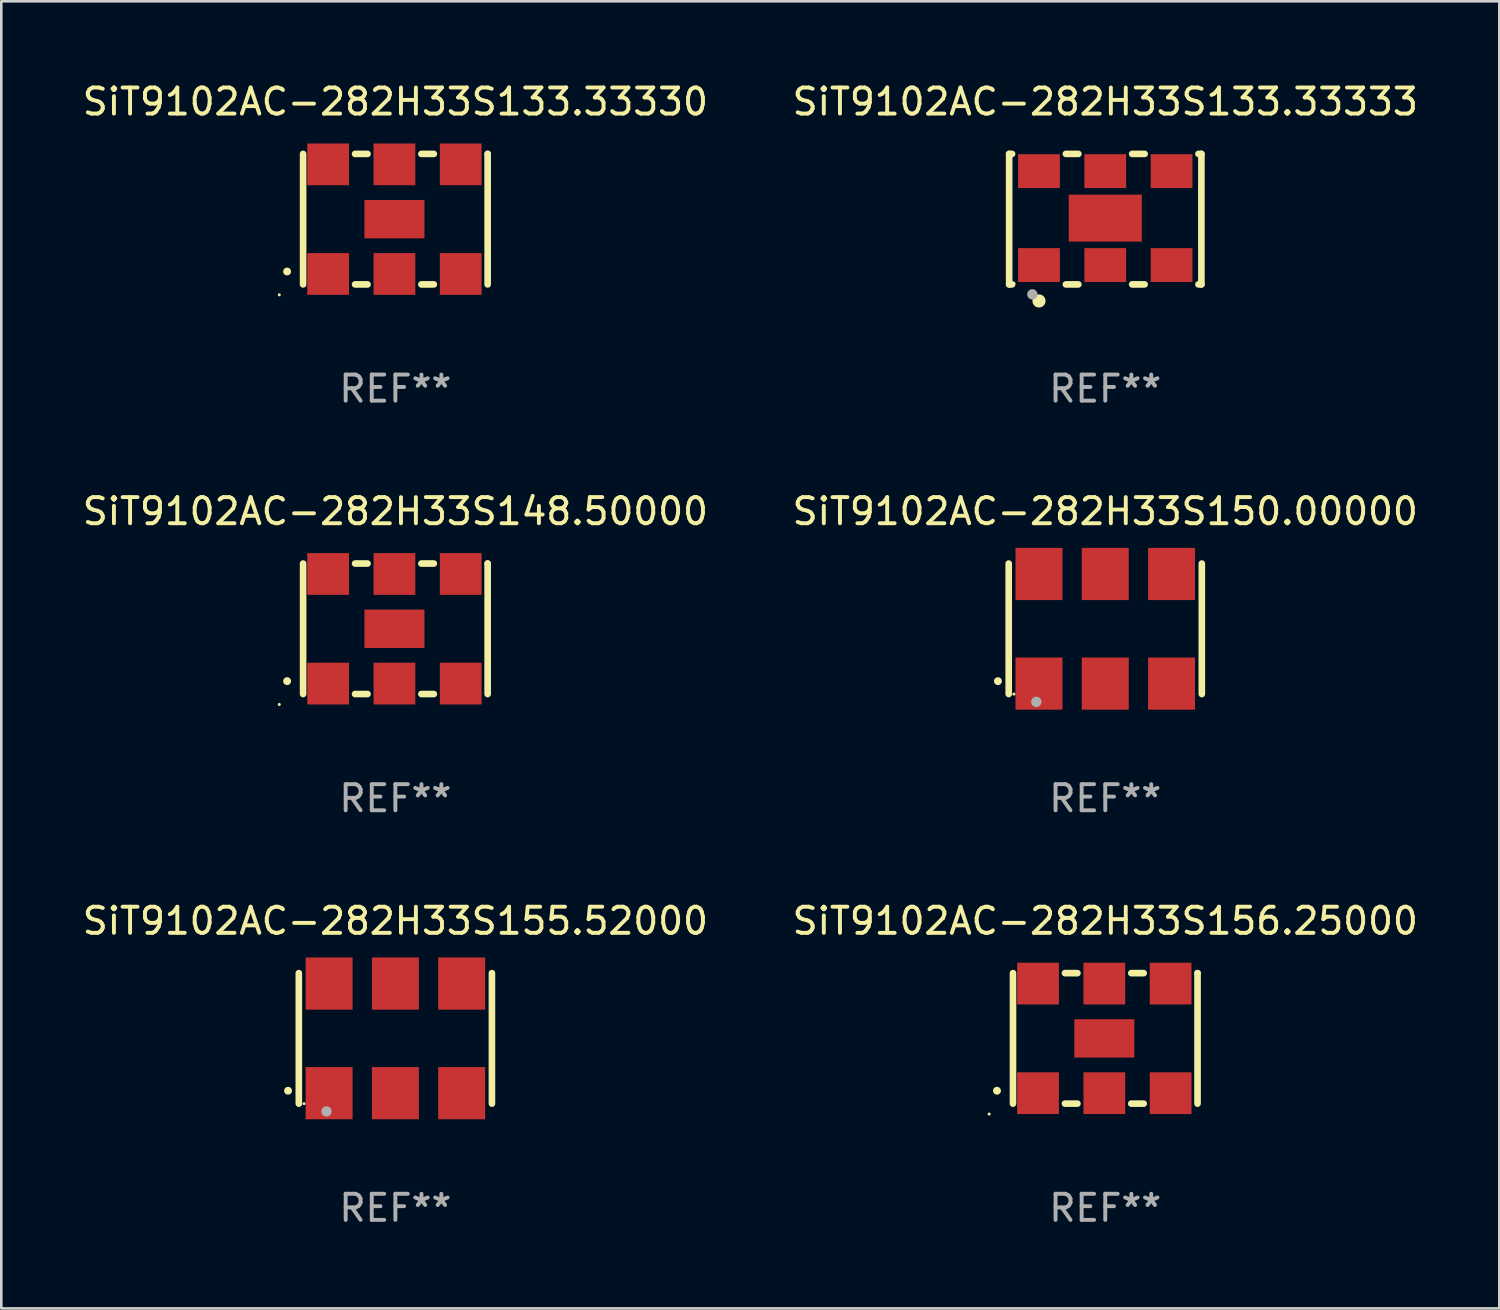
<source format=kicad_pcb>
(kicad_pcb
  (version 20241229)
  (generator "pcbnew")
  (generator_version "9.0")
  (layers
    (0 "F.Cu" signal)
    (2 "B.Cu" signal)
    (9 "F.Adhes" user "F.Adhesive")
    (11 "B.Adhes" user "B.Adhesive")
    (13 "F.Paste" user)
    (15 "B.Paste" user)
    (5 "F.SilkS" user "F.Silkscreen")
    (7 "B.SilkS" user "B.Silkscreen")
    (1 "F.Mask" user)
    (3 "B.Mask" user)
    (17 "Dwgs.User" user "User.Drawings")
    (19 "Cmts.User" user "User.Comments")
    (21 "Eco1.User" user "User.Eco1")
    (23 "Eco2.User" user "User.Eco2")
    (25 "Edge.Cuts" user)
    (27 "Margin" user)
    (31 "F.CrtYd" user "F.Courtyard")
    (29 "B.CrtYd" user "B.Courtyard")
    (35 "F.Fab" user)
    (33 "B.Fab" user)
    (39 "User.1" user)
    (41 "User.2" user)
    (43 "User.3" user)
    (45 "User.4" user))
  (footprint "SiT9102AC-282H33S156.25000"
    (layer "F.Cu")
    (at 39.304 36.741)
    (property "Reference" "SiT9102AC-282H33S156.25000" (at 0 -4.5 0) (layer "F.SilkS") (effects (font (size 1 1) (thickness 0.15))))
    (attr through_hole)
    (fp_line (start -3.536 -2.5) (end -3.536 2.5) (stroke (width 0.254) (type solid)) (layer "F.SilkS"))
    (fp_line (start -1.544 2.5) (end -1.067 2.5) (stroke (width 0.254) (type solid)) (layer "F.SilkS"))
    (fp_line (start -1.067 -2.5) (end -1.544 -2.5) (stroke (width 0.254) (type solid)) (layer "F.SilkS"))
    (fp_line (start 0.996 2.5) (end 1.473 2.5) (stroke (width 0.254) (type solid)) (layer "F.SilkS"))
    (fp_line (start 1.473 -2.5) (end 0.996 -2.5) (stroke (width 0.254) (type solid)) (layer "F.SilkS"))
    (fp_line (start 3.536 -2.5) (end 3.536 -2.5) (stroke (width 0.254) (type solid)) (layer "F.SilkS"))
    (fp_line (start 3.536 2.5) (end 3.536 -2.5) (stroke (width 0.254) (type solid)) (layer "F.SilkS"))
    (fp_arc (start -4.150432 2.006604) (mid -4.149162 2.006599) (end -4.147892 2.006604) (stroke (width 0.3) (type solid)) (layer "F.SilkS"))
    (fp_circle (center -4.449 2.9) (end -4.419 2.9) (stroke (width 0.06) (type solid)) (fill no) (layer "F.SilkS"))
    (fp_text user "REF**" (at 0 6.5 0) (layer "F.Fab") (effects (font (size 1 1) (thickness 0.15))))
    (pad "1" smd rect (at -2.576 2.1) (size 1.6 1.6) (layers "F.Cu" "F.Mask" "F.Paste"))
    (pad "2" smd rect (at -0.036 2.1) (size 1.6 1.6) (layers "F.Cu" "F.Mask" "F.Paste"))
    (pad "3" smd rect (at 2.504 2.1) (size 1.6 1.6) (layers "F.Cu" "F.Mask" "F.Paste"))
    (pad "4" smd rect (at 2.504 -2.1) (size 1.6 1.6) (layers "F.Cu" "F.Mask" "F.Paste"))
    (pad "5" smd rect (at -0.036 -2.1) (size 1.6 1.6) (layers "F.Cu" "F.Mask" "F.Paste"))
    (pad "6" smd rect (at -2.576 -2.1) (size 1.6 1.6) (layers "F.Cu" "F.Mask" "F.Paste"))
    (pad "7" smd rect (at -0.036 0) (size 2.3 1.47) (layers "F.Cu" "F.Mask" "F.Paste")))
  (footprint "SiT9102AC-282H33S133.33330"
    (layer "F.Cu")
    (at 12.101 5.348)
    (property "Reference" "SiT9102AC-282H33S133.33330" (at 0 -4.5 0) (layer "F.SilkS") (effects (font (size 1 1) (thickness 0.15))))
    (attr through_hole)
    (fp_line (start -3.536 -2.5) (end -3.536 2.5) (stroke (width 0.254) (type solid)) (layer "F.SilkS"))
    (fp_line (start -1.544 2.5) (end -1.067 2.5) (stroke (width 0.254) (type solid)) (layer "F.SilkS"))
    (fp_line (start -1.067 -2.5) (end -1.544 -2.5) (stroke (width 0.254) (type solid)) (layer "F.SilkS"))
    (fp_line (start 0.996 2.5) (end 1.473 2.5) (stroke (width 0.254) (type solid)) (layer "F.SilkS"))
    (fp_line (start 1.473 -2.5) (end 0.996 -2.5) (stroke (width 0.254) (type solid)) (layer "F.SilkS"))
    (fp_line (start 3.536 -2.5) (end 3.536 -2.5) (stroke (width 0.254) (type solid)) (layer "F.SilkS"))
    (fp_line (start 3.536 2.5) (end 3.536 -2.5) (stroke (width 0.254) (type solid)) (layer "F.SilkS"))
    (fp_arc (start -4.150432 2.006604) (mid -4.149162 2.006599) (end -4.147892 2.006604) (stroke (width 0.3) (type solid)) (layer "F.SilkS"))
    (fp_circle (center -4.449 2.9) (end -4.419 2.9) (stroke (width 0.06) (type solid)) (fill no) (layer "F.SilkS"))
    (fp_text user "REF**" (at 0 6.5 0) (layer "F.Fab") (effects (font (size 1 1) (thickness 0.15))))
    (pad "1" smd rect (at -2.576 2.1) (size 1.6 1.6) (layers "F.Cu" "F.Mask" "F.Paste"))
    (pad "2" smd rect (at -0.036 2.1) (size 1.6 1.6) (layers "F.Cu" "F.Mask" "F.Paste"))
    (pad "3" smd rect (at 2.504 2.1) (size 1.6 1.6) (layers "F.Cu" "F.Mask" "F.Paste"))
    (pad "4" smd rect (at 2.504 -2.1) (size 1.6 1.6) (layers "F.Cu" "F.Mask" "F.Paste"))
    (pad "5" smd rect (at -0.036 -2.1) (size 1.6 1.6) (layers "F.Cu" "F.Mask" "F.Paste"))
    (pad "6" smd rect (at -2.576 -2.1) (size 1.6 1.6) (layers "F.Cu" "F.Mask" "F.Paste"))
    (pad "7" smd rect (at -0.036 0) (size 2.3 1.47) (layers "F.Cu" "F.Mask" "F.Paste")))
  (footprint "SiT9102AC-282H33S133.33333"
    (layer "F.Cu")
    (at 39.304 5.348)
    (property "Reference" "SiT9102AC-282H33S133.33333" (at 0 -4.5 0) (layer "F.SilkS") (effects (font (size 1 1) (thickness 0.15))))
    (attr through_hole)
    (fp_line (start -3.683 -2.5) (end -3.571 -2.5) (stroke (width 0.254) (type solid)) (layer "F.SilkS"))
    (fp_line (start -3.683 2.5) (end -3.683 -2.5) (stroke (width 0.254) (type solid)) (layer "F.SilkS"))
    (fp_line (start -3.683 2.5) (end -3.571 2.5) (stroke (width 0.254) (type solid)) (layer "F.SilkS"))
    (fp_line (start -1.509 -2.5) (end -1.031 -2.5) (stroke (width 0.254) (type solid)) (layer "F.SilkS"))
    (fp_line (start -1.509 2.5) (end -1.031 2.5) (stroke (width 0.254) (type solid)) (layer "F.SilkS"))
    (fp_line (start 1.031 -2.5) (end 1.509 -2.5) (stroke (width 0.254) (type solid)) (layer "F.SilkS"))
    (fp_line (start 1.031 2.5) (end 1.509 2.5) (stroke (width 0.254) (type solid)) (layer "F.SilkS"))
    (fp_line (start 3.571 -2.5) (end 3.683 -2.5) (stroke (width 0.254) (type solid)) (layer "F.SilkS"))
    (fp_line (start 3.571 2.5) (end 3.683 2.5) (stroke (width 0.254) (type solid)) (layer "F.SilkS"))
    (fp_line (start 3.683 2.5) (end 3.683 -2.5) (stroke (width 0.254) (type solid)) (layer "F.SilkS"))
    (fp_circle (center -3.5 2.46) (end -3.47 2.46) (stroke (width 0.06) (type solid)) (fill no) (layer "F.SilkS"))
    (fp_circle (center -2.54 3.135) (end -2.413 3.135) (stroke (width 0.254) (type solid)) (fill no) (layer "F.SilkS"))
    (fp_circle (center -2.794 2.881) (end -2.694 2.881) (stroke (width 0.2) (type solid)) (fill no) (layer "F.Fab"))
    (fp_text user "REF**" (at 0 6.5 0) (layer "F.Fab") (effects (font (size 1 1) (thickness 0.15))))
    (pad "1" smd rect (at -2.54 1.76) (size 1.6 1.3) (layers "F.Cu" "F.Mask" "F.Paste"))
    (pad "2" smd rect (at 0 1.76) (size 1.6 1.3) (layers "F.Cu" "F.Mask" "F.Paste"))
    (pad "3" smd rect (at 2.54 1.76) (size 1.6 1.3) (layers "F.Cu" "F.Mask" "F.Paste"))
    (pad "4" smd rect (at 2.54 -1.84) (size 1.6 1.3) (layers "F.Cu" "F.Mask" "F.Paste"))
    (pad "5" smd rect (at 0 -1.84) (size 1.6 1.3) (layers "F.Cu" "F.Mask" "F.Paste"))
    (pad "6" smd rect (at -2.54 -1.84) (size 1.6 1.3) (layers "F.Cu" "F.Mask" "F.Paste"))
    (pad "7" smd rect (at 0 -0.04) (size 2.8 1.8) (layers "F.Cu" "F.Mask" "F.Paste")))
  (footprint "SiT9102AC-282H33S148.50000"
    (layer "F.Cu")
    (at 12.101 21.045)
    (property "Reference" "SiT9102AC-282H33S148.50000" (at 0 -4.5 0) (layer "F.SilkS") (effects (font (size 1 1) (thickness 0.15))))
    (attr through_hole)
    (fp_line (start -3.536 -2.5) (end -3.536 2.5) (stroke (width 0.254) (type solid)) (layer "F.SilkS"))
    (fp_line (start -1.544 2.5) (end -1.067 2.5) (stroke (width 0.254) (type solid)) (layer "F.SilkS"))
    (fp_line (start -1.067 -2.5) (end -1.544 -2.5) (stroke (width 0.254) (type solid)) (layer "F.SilkS"))
    (fp_line (start 0.996 2.5) (end 1.473 2.5) (stroke (width 0.254) (type solid)) (layer "F.SilkS"))
    (fp_line (start 1.473 -2.5) (end 0.996 -2.5) (stroke (width 0.254) (type solid)) (layer "F.SilkS"))
    (fp_line (start 3.536 -2.5) (end 3.536 -2.5) (stroke (width 0.254) (type solid)) (layer "F.SilkS"))
    (fp_line (start 3.536 2.5) (end 3.536 -2.5) (stroke (width 0.254) (type solid)) (layer "F.SilkS"))
    (fp_arc (start -4.150432 2.006604) (mid -4.149162 2.006599) (end -4.147892 2.006604) (stroke (width 0.3) (type solid)) (layer "F.SilkS"))
    (fp_circle (center -4.449 2.9) (end -4.419 2.9) (stroke (width 0.06) (type solid)) (fill no) (layer "F.SilkS"))
    (fp_text user "REF**" (at 0 6.5 0) (layer "F.Fab") (effects (font (size 1 1) (thickness 0.15))))
    (pad "1" smd rect (at -2.576 2.1) (size 1.6 1.6) (layers "F.Cu" "F.Mask" "F.Paste"))
    (pad "2" smd rect (at -0.036 2.1) (size 1.6 1.6) (layers "F.Cu" "F.Mask" "F.Paste"))
    (pad "3" smd rect (at 2.504 2.1) (size 1.6 1.6) (layers "F.Cu" "F.Mask" "F.Paste"))
    (pad "4" smd rect (at 2.504 -2.1) (size 1.6 1.6) (layers "F.Cu" "F.Mask" "F.Paste"))
    (pad "5" smd rect (at -0.036 -2.1) (size 1.6 1.6) (layers "F.Cu" "F.Mask" "F.Paste"))
    (pad "6" smd rect (at -2.576 -2.1) (size 1.6 1.6) (layers "F.Cu" "F.Mask" "F.Paste"))
    (pad "7" smd rect (at -0.036 0) (size 2.3 1.47) (layers "F.Cu" "F.Mask" "F.Paste")))
  (footprint "SiT9102AC-282H33S155.52000"
    (layer "F.Cu")
    (at 12.101 36.741)
    (property "Reference" "SiT9102AC-282H33S155.52000" (at 0 -4.5 0) (layer "F.SilkS") (effects (font (size 1 1) (thickness 0.15))))
    (attr through_hole)
    (fp_line (start -3.7 -2.5) (end -3.7 2.5) (stroke (width 0.254) (type solid)) (layer "F.SilkS"))
    (fp_line (start 3.7 -2.5) (end 3.7 2.5) (stroke (width 0.254) (type solid)) (layer "F.SilkS"))
    (fp_arc (start -4.114415 2.006604) (mid -4.113145 2.006599) (end -4.111875 2.006604) (stroke (width 0.3) (type solid)) (layer "F.SilkS"))
    (fp_circle (center -3.5 2.501) (end -3.47 2.501) (stroke (width 0.06) (type solid)) (fill no) (layer "F.SilkS"))
    (fp_circle (center -2.641 2.799) (end -2.541 2.799) (stroke (width 0.2) (type solid)) (fill no) (layer "F.Fab"))
    (fp_text user "REF**" (at 0 6.5 0) (layer "F.Fab") (effects (font (size 1 1) (thickness 0.15))))
    (pad "1" smd rect (at -2.54 2.1) (size 1.8 2) (layers "F.Cu" "F.Mask" "F.Paste"))
    (pad "2" smd rect (at 0.000394 2.1) (size 1.8 2) (layers "F.Cu" "F.Mask" "F.Paste"))
    (pad "3" smd rect (at 2.54 2.1) (size 1.8 2) (layers "F.Cu" "F.Mask" "F.Paste"))
    (pad "4" smd rect (at 2.54 -2.1) (size 1.8 2) (layers "F.Cu" "F.Mask" "F.Paste"))
    (pad "5" smd rect (at 0.000394 -2.1) (size 1.8 2) (layers "F.Cu" "F.Mask" "F.Paste"))
    (pad "6" smd rect (at -2.54 -2.1) (size 1.8 2) (layers "F.Cu" "F.Mask" "F.Paste")))
  (footprint "SiT9102AC-282H33S150.00000"
    (layer "F.Cu")
    (at 39.304 21.045)
    (property "Reference" "SiT9102AC-282H33S150.00000" (at 0 -4.5 0) (layer "F.SilkS") (effects (font (size 1 1) (thickness 0.15))))
    (attr through_hole)
    (fp_line (start -3.7 -2.5) (end -3.7 2.5) (stroke (width 0.254) (type solid)) (layer "F.SilkS"))
    (fp_line (start 3.7 -2.5) (end 3.7 2.5) (stroke (width 0.254) (type solid)) (layer "F.SilkS"))
    (fp_arc (start -4.114415 2.006604) (mid -4.113145 2.006599) (end -4.111875 2.006604) (stroke (width 0.3) (type solid)) (layer "F.SilkS"))
    (fp_circle (center -3.5 2.501) (end -3.47 2.501) (stroke (width 0.06) (type solid)) (fill no) (layer "F.SilkS"))
    (fp_circle (center -2.641 2.799) (end -2.541 2.799) (stroke (width 0.2) (type solid)) (fill no) (layer "F.Fab"))
    (fp_text user "REF**" (at 0 6.5 0) (layer "F.Fab") (effects (font (size 1 1) (thickness 0.15))))
    (pad "1" smd rect (at -2.54 2.1) (size 1.8 2) (layers "F.Cu" "F.Mask" "F.Paste"))
    (pad "2" smd rect (at 0.000394 2.1) (size 1.8 2) (layers "F.Cu" "F.Mask" "F.Paste"))
    (pad "3" smd rect (at 2.54 2.1) (size 1.8 2) (layers "F.Cu" "F.Mask" "F.Paste"))
    (pad "4" smd rect (at 2.54 -2.1) (size 1.8 2) (layers "F.Cu" "F.Mask" "F.Paste"))
    (pad "5" smd rect (at 0.000394 -2.1) (size 1.8 2) (layers "F.Cu" "F.Mask" "F.Paste"))
    (pad "6" smd rect (at -2.54 -2.1) (size 1.8 2) (layers "F.Cu" "F.Mask" "F.Paste")))
  (gr_rect
    (start -3 -3)
    (end 54.405 47.09)
    (stroke (width 0.1) (type default))
    (fill no)
    (layer "Edge.Cuts")))
</source>
